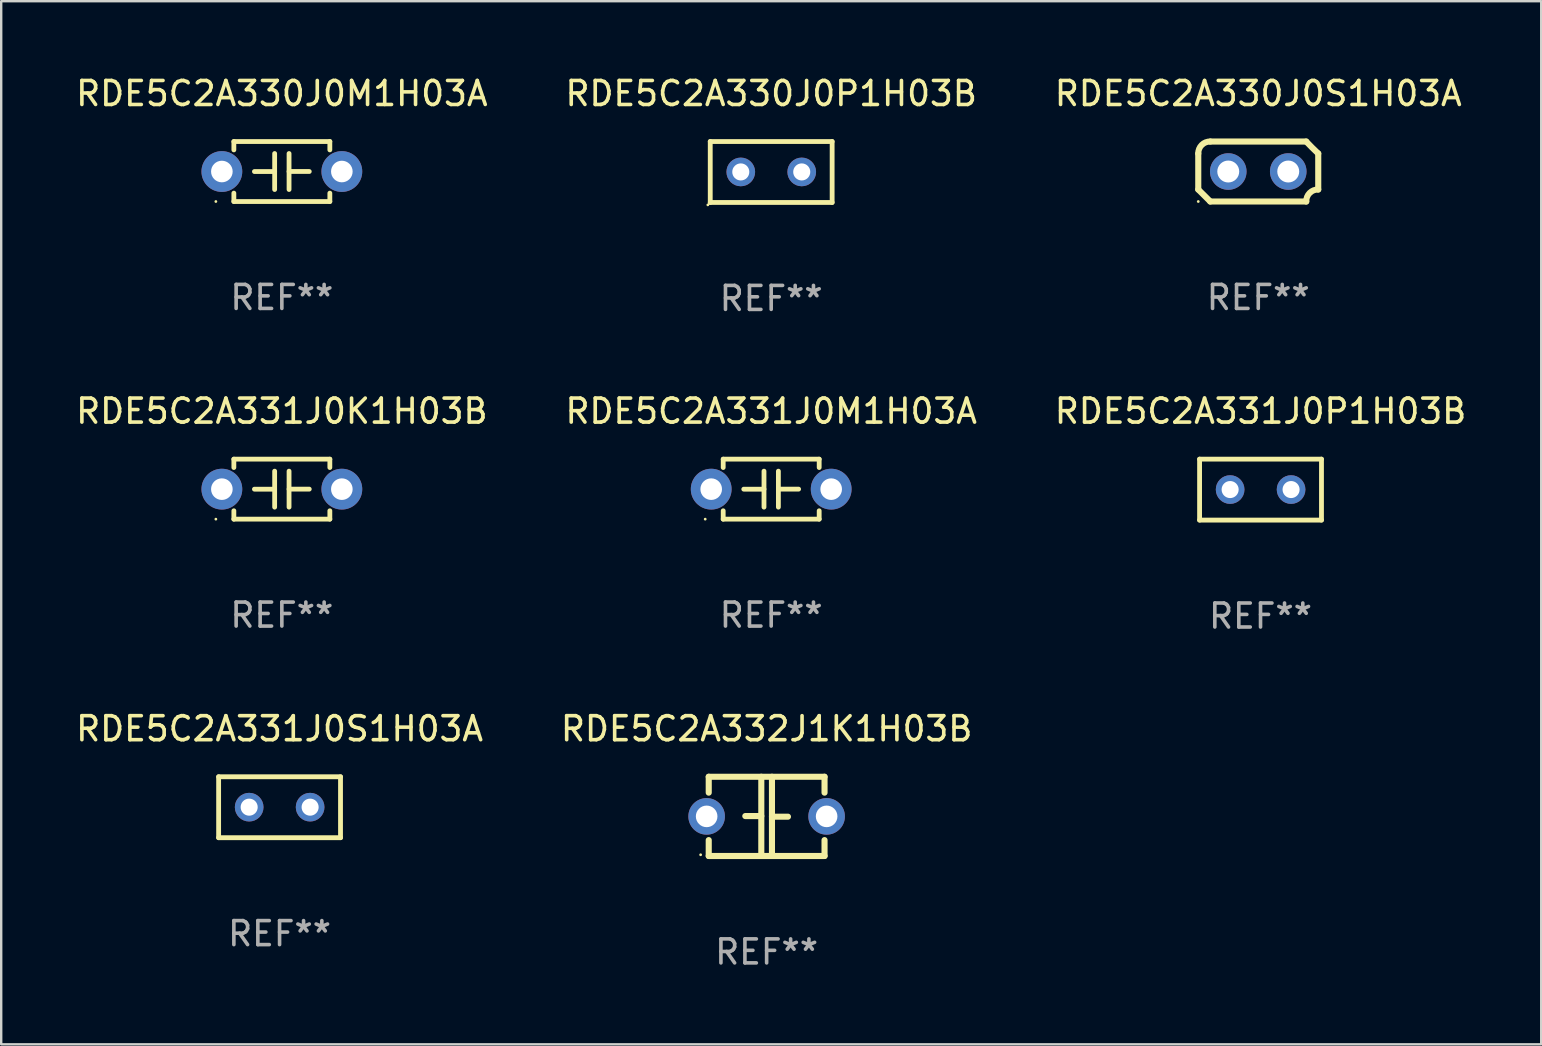
<source format=kicad_pcb>
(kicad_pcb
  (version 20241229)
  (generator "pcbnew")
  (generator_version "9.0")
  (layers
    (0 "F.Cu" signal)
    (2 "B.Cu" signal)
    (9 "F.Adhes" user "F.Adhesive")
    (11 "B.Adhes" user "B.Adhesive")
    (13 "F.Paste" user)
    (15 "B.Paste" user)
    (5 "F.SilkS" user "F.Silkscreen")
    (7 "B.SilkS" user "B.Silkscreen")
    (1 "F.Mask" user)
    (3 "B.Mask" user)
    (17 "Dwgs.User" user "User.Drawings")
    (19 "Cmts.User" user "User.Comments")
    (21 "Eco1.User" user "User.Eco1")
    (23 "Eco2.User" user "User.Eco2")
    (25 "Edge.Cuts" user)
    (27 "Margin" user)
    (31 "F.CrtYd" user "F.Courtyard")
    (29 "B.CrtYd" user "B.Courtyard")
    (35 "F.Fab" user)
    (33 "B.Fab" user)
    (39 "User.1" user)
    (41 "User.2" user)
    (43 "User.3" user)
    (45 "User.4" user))
  (footprint "RDE5C2A330J0S1H03A"
    (layer "F.Cu")
    (at 49.387 4.098)
    (property "Reference" "RDE5C2A330J0S1H03A" (at 0 -3.25 0) (layer "F.SilkS") (effects (font (size 1 1) (thickness 0.15))))
    (attr through_hole)
    (fp_line (start -2.5 -0.75) (end -2.5 0.75) (stroke (width 0.254) (type solid)) (layer "F.SilkS"))
    (fp_line (start -2 -1.25) (end 2 -1.25) (stroke (width 0.254) (type solid)) (layer "F.SilkS"))
    (fp_line (start 2 1.25) (end -2 1.25) (stroke (width 0.254) (type solid)) (layer "F.SilkS"))
    (fp_line (start 2.5 0.75) (end 2.5 -0.75) (stroke (width 0.254) (type solid)) (layer "F.SilkS"))
    (fp_arc (start -2.5 0.749962) (mid -2.249559 0.999558) (end -1.99929 1.249325) (stroke (width 0.254001) (type solid)) (layer "F.SilkS"))
    (fp_arc (start -2.499366 -0.749302) (mid -2.356411 -1.106098) (end -2 -1.250013) (stroke (width 0.254001) (type solid)) (layer "F.SilkS"))
    (fp_arc (start 2 1.250013) (mid 2.142747 0.89301) (end 2.499364 0.749302) (stroke (width 0.254001) (type solid)) (layer "F.SilkS"))
    (fp_arc (start 2.5 -0.749962) (mid 2.245609 -0.995598) (end 1.999289 -1.249327) (stroke (width 0.254001) (type solid)) (layer "F.SilkS"))
    (fp_circle (center -2.5 1.25) (end -2.47 1.25) (stroke (width 0.06) (type solid)) (fill no) (layer "F.SilkS"))
    (fp_text user "REF**" (at 0 5.25 0) (layer "F.Fab") (effects (font (size 1 1) (thickness 0.15))))
    (pad "1" thru_hole circle (at -1.25 0) (size 1.524 1.524) (drill 0.914) (layers "*.Cu" "*.Mask"))
    (pad "2" thru_hole circle (at 1.25 0) (size 1.524 1.524) (drill 0.914) (layers "*.Cu" "*.Mask")))
  (footprint "RDE5C2A330J0M1H03A"
    (layer "F.Cu")
    (at 8.696 4.098)
    (property "Reference" "RDE5C2A330J0M1H03A" (at 0 -3.25 0) (layer "F.SilkS") (effects (font (size 1 1) (thickness 0.15))))
    (attr through_hole)
    (fp_line (start -2 -1.25) (end -2 -0.901) (stroke (width 0.2) (type solid)) (layer "F.SilkS"))
    (fp_line (start -2 -1.25) (end 2 -1.25) (stroke (width 0.2) (type solid)) (layer "F.SilkS"))
    (fp_line (start -2 0.901) (end -2 1.25) (stroke (width 0.2) (type solid)) (layer "F.SilkS"))
    (fp_line (start -0.3 -0.75) (end -0.3 0.75) (stroke (width 0.2) (type solid)) (layer "F.SilkS"))
    (fp_line (start -0.3 0.001) (end -1.143 0.001) (stroke (width 0.2) (type solid)) (layer "F.SilkS"))
    (fp_line (start 0.3 -0.001) (end 1.143 -0.001) (stroke (width 0.2) (type solid)) (layer "F.SilkS"))
    (fp_line (start 0.3 0.75) (end 0.3 -0.75) (stroke (width 0.2) (type solid)) (layer "F.SilkS"))
    (fp_line (start 2 -1.25) (end 2 -0.901) (stroke (width 0.2) (type solid)) (layer "F.SilkS"))
    (fp_line (start 2 0.901) (end 2 1.25) (stroke (width 0.2) (type solid)) (layer "F.SilkS"))
    (fp_line (start 2 1.25) (end -2 1.25) (stroke (width 0.2) (type solid)) (layer "F.SilkS"))
    (fp_circle (center -2.75 1.25) (end -2.72 1.25) (stroke (width 0.06) (type solid)) (fill no) (layer "F.SilkS"))
    (fp_text user "REF**" (at 0 5.25 0) (layer "F.Fab") (effects (font (size 1 1) (thickness 0.15))))
    (pad "1" thru_hole circle (at -2.5 0) (size 1.7 1.7) (drill 0.9) (layers "*.Cu" "*.Mask"))
    (pad "2" thru_hole circle (at 2.5 0) (size 1.7 1.7) (drill 0.9) (layers "*.Cu" "*.Mask")))
  (footprint "RDE5C2A331J0S1H03A"
    (layer "F.Cu")
    (at 8.601 30.591)
    (property "Reference" "RDE5C2A331J0S1H03A" (at 0 -3.27 0) (layer "F.SilkS") (effects (font (size 1 1) (thickness 0.15))))
    (attr through_hole)
    (fp_line (start -2.54 -1.27) (end -2.54 1.27) (stroke (width 0.201) (type solid)) (layer "F.SilkS"))
    (fp_line (start -2.54 1.27) (end 2.54 1.27) (stroke (width 0.201) (type solid)) (layer "F.SilkS"))
    (fp_line (start 2.54 -1.27) (end -2.54 -1.27) (stroke (width 0.201) (type solid)) (layer "F.SilkS"))
    (fp_line (start 2.54 1.27) (end 2.54 -1.27) (stroke (width 0.201) (type solid)) (layer "F.SilkS"))
    (fp_circle (center -2.497 1.247) (end -2.467 1.247) (stroke (width 0.06) (type solid)) (fill no) (layer "F.SilkS"))
    (fp_text user "REF**" (at 0 5.27 0) (layer "F.Fab") (effects (font (size 1 1) (thickness 0.15))))
    (pad "1" thru_hole circle (at -1.267 -0.003) (size 1.194 1.194) (drill 0.711) (layers "*.Cu" "*.Mask"))
    (pad "2" thru_hole circle (at 1.273 -0.003) (size 1.194 1.194) (drill 0.711) (layers "*.Cu" "*.Mask")))
  (footprint "RDE5C2A331J0K1H03B"
    (layer "F.Cu")
    (at 8.696 17.335)
    (property "Reference" "RDE5C2A331J0K1H03B" (at 0 -3.25 0) (layer "F.SilkS") (effects (font (size 1 1) (thickness 0.15))))
    (attr through_hole)
    (fp_line (start -2 -1.25) (end -2 -0.901) (stroke (width 0.2) (type solid)) (layer "F.SilkS"))
    (fp_line (start -2 -1.25) (end 2 -1.25) (stroke (width 0.2) (type solid)) (layer "F.SilkS"))
    (fp_line (start -2 0.901) (end -2 1.25) (stroke (width 0.2) (type solid)) (layer "F.SilkS"))
    (fp_line (start -0.3 -0.75) (end -0.3 0.75) (stroke (width 0.2) (type solid)) (layer "F.SilkS"))
    (fp_line (start -0.3 0.001) (end -1.143 0.001) (stroke (width 0.2) (type solid)) (layer "F.SilkS"))
    (fp_line (start 0.3 -0.001) (end 1.143 -0.001) (stroke (width 0.2) (type solid)) (layer "F.SilkS"))
    (fp_line (start 0.3 0.75) (end 0.3 -0.75) (stroke (width 0.2) (type solid)) (layer "F.SilkS"))
    (fp_line (start 2 -1.25) (end 2 -0.901) (stroke (width 0.2) (type solid)) (layer "F.SilkS"))
    (fp_line (start 2 0.901) (end 2 1.25) (stroke (width 0.2) (type solid)) (layer "F.SilkS"))
    (fp_line (start 2 1.25) (end -2 1.25) (stroke (width 0.2) (type solid)) (layer "F.SilkS"))
    (fp_circle (center -2.75 1.25) (end -2.72 1.25) (stroke (width 0.06) (type solid)) (fill no) (layer "F.SilkS"))
    (fp_text user "REF**" (at 0 5.25 0) (layer "F.Fab") (effects (font (size 1 1) (thickness 0.15))))
    (pad "1" thru_hole circle (at -2.5 0) (size 1.7 1.7) (drill 0.9) (layers "*.Cu" "*.Mask"))
    (pad "2" thru_hole circle (at 2.5 0) (size 1.7 1.7) (drill 0.9) (layers "*.Cu" "*.Mask")))
  (footprint "RDE5C2A331J0M1H03A"
    (layer "F.Cu")
    (at 29.089 17.335)
    (property "Reference" "RDE5C2A331J0M1H03A" (at 0 -3.25 0) (layer "F.SilkS") (effects (font (size 1 1) (thickness 0.15))))
    (attr through_hole)
    (fp_line (start -2 -1.25) (end -2 -0.901) (stroke (width 0.2) (type solid)) (layer "F.SilkS"))
    (fp_line (start -2 -1.25) (end 2 -1.25) (stroke (width 0.2) (type solid)) (layer "F.SilkS"))
    (fp_line (start -2 0.901) (end -2 1.25) (stroke (width 0.2) (type solid)) (layer "F.SilkS"))
    (fp_line (start -0.3 -0.75) (end -0.3 0.75) (stroke (width 0.2) (type solid)) (layer "F.SilkS"))
    (fp_line (start -0.3 0.001) (end -1.143 0.001) (stroke (width 0.2) (type solid)) (layer "F.SilkS"))
    (fp_line (start 0.3 -0.001) (end 1.143 -0.001) (stroke (width 0.2) (type solid)) (layer "F.SilkS"))
    (fp_line (start 0.3 0.75) (end 0.3 -0.75) (stroke (width 0.2) (type solid)) (layer "F.SilkS"))
    (fp_line (start 2 -1.25) (end 2 -0.901) (stroke (width 0.2) (type solid)) (layer "F.SilkS"))
    (fp_line (start 2 0.901) (end 2 1.25) (stroke (width 0.2) (type solid)) (layer "F.SilkS"))
    (fp_line (start 2 1.25) (end -2 1.25) (stroke (width 0.2) (type solid)) (layer "F.SilkS"))
    (fp_circle (center -2.75 1.25) (end -2.72 1.25) (stroke (width 0.06) (type solid)) (fill no) (layer "F.SilkS"))
    (fp_text user "REF**" (at 0 5.25 0) (layer "F.Fab") (effects (font (size 1 1) (thickness 0.15))))
    (pad "1" thru_hole circle (at -2.5 0) (size 1.7 1.7) (drill 0.9) (layers "*.Cu" "*.Mask"))
    (pad "2" thru_hole circle (at 2.5 0) (size 1.7 1.7) (drill 0.9) (layers "*.Cu" "*.Mask")))
  (footprint "RDE5C2A330J0P1H03B"
    (layer "F.Cu")
    (at 29.089 4.118)
    (property "Reference" "RDE5C2A330J0P1H03B" (at 0 -3.27 0) (layer "F.SilkS") (effects (font (size 1 1) (thickness 0.15))))
    (attr through_hole)
    (fp_line (start -2.54 -1.27) (end -2.54 1.27) (stroke (width 0.201) (type solid)) (layer "F.SilkS"))
    (fp_line (start -2.54 1.27) (end 2.54 1.27) (stroke (width 0.201) (type solid)) (layer "F.SilkS"))
    (fp_line (start 2.54 -1.27) (end -2.54 -1.27) (stroke (width 0.201) (type solid)) (layer "F.SilkS"))
    (fp_line (start 2.54 1.27) (end 2.54 -1.27) (stroke (width 0.201) (type solid)) (layer "F.SilkS"))
    (fp_circle (center -2.64 1.37) (end -2.61 1.37) (stroke (width 0.06) (type solid)) (fill no) (layer "F.SilkS"))
    (fp_text user "REF**" (at 0 5.27 0) (layer "F.Fab") (effects (font (size 1 1) (thickness 0.15))))
    (pad "1" thru_hole circle (at -1.267 -0.003) (size 1.194 1.194) (drill 0.711) (layers "*.Cu" "*.Mask"))
    (pad "2" thru_hole circle (at 1.273 -0.003) (size 1.194 1.194) (drill 0.711) (layers "*.Cu" "*.Mask")))
  (footprint "RDE5C2A332J1K1H03B"
    (layer "F.Cu")
    (at 28.899 30.972)
    (property "Reference" "RDE5C2A332J1K1H03B" (at 0 -3.651 0) (layer "F.SilkS") (effects (font (size 1 1) (thickness 0.15))))
    (attr through_hole)
    (fp_line (start -2.413 -1.651) (end 2.413 -1.651) (stroke (width 0.254) (type solid)) (layer "F.SilkS"))
    (fp_line (start -2.413 -0.989) (end -2.413 -1.651) (stroke (width 0.254) (type solid)) (layer "F.SilkS"))
    (fp_line (start -2.413 1.651) (end -2.413 0.989) (stroke (width 0.254) (type solid)) (layer "F.SilkS"))
    (fp_line (start -0.222 -0.013) (end -0.889 -0.013) (stroke (width 0.254) (type solid)) (layer "F.SilkS"))
    (fp_line (start -0.222 1.651) (end -0.222 -1.651) (stroke (width 0.254) (type solid)) (layer "F.SilkS"))
    (fp_line (start 0.222 -1.651) (end 0.222 1.651) (stroke (width 0.254) (type solid)) (layer "F.SilkS"))
    (fp_line (start 0.222 0.013) (end 0.889 0.013) (stroke (width 0.254) (type solid)) (layer "F.SilkS"))
    (fp_line (start 2.413 -1.651) (end 2.413 -0.989) (stroke (width 0.254) (type solid)) (layer "F.SilkS"))
    (fp_line (start 2.413 0.989) (end 2.413 1.651) (stroke (width 0.254) (type solid)) (layer "F.SilkS"))
    (fp_line (start 2.413 1.651) (end -2.413 1.651) (stroke (width 0.254) (type solid)) (layer "F.SilkS"))
    (fp_circle (center -2.75 1.6) (end -2.72 1.6) (stroke (width 0.06) (type solid)) (fill no) (layer "F.SilkS"))
    (fp_text user "REF**" (at 0 5.651 0) (layer "F.Fab") (effects (font (size 1 1) (thickness 0.15))))
    (pad "1" thru_hole circle (at -2.5 0) (size 1.524 1.524) (drill 0.9) (layers "*.Cu" "*.Mask"))
    (pad "2" thru_hole circle (at 2.5 0) (size 1.524 1.524) (drill 0.9) (layers "*.Cu" "*.Mask")))
  (footprint "RDE5C2A331J0P1H03B"
    (layer "F.Cu")
    (at 49.482 17.355)
    (property "Reference" "RDE5C2A331J0P1H03B" (at 0 -3.27 0) (layer "F.SilkS") (effects (font (size 1 1) (thickness 0.15))))
    (attr through_hole)
    (fp_line (start -2.54 -1.27) (end -2.54 1.27) (stroke (width 0.201) (type solid)) (layer "F.SilkS"))
    (fp_line (start -2.54 1.27) (end 2.54 1.27) (stroke (width 0.201) (type solid)) (layer "F.SilkS"))
    (fp_line (start 2.54 -1.27) (end -2.54 -1.27) (stroke (width 0.201) (type solid)) (layer "F.SilkS"))
    (fp_line (start 2.54 1.27) (end 2.54 -1.27) (stroke (width 0.201) (type solid)) (layer "F.SilkS"))
    (fp_circle (center -2.497 1.247) (end -2.467 1.247) (stroke (width 0.06) (type solid)) (fill no) (layer "F.SilkS"))
    (fp_text user "REF**" (at 0 5.27 0) (layer "F.Fab") (effects (font (size 1 1) (thickness 0.15))))
    (pad "1" thru_hole circle (at -1.267 -0.003) (size 1.194 1.194) (drill 0.711) (layers "*.Cu" "*.Mask"))
    (pad "2" thru_hole circle (at 1.273 -0.003) (size 1.194 1.194) (drill 0.711) (layers "*.Cu" "*.Mask")))
  (gr_rect
    (start -3 -3)
    (end 61.179 40.472)
    (stroke (width 0.1) (type default))
    (fill no)
    (layer "Edge.Cuts")))
</source>
